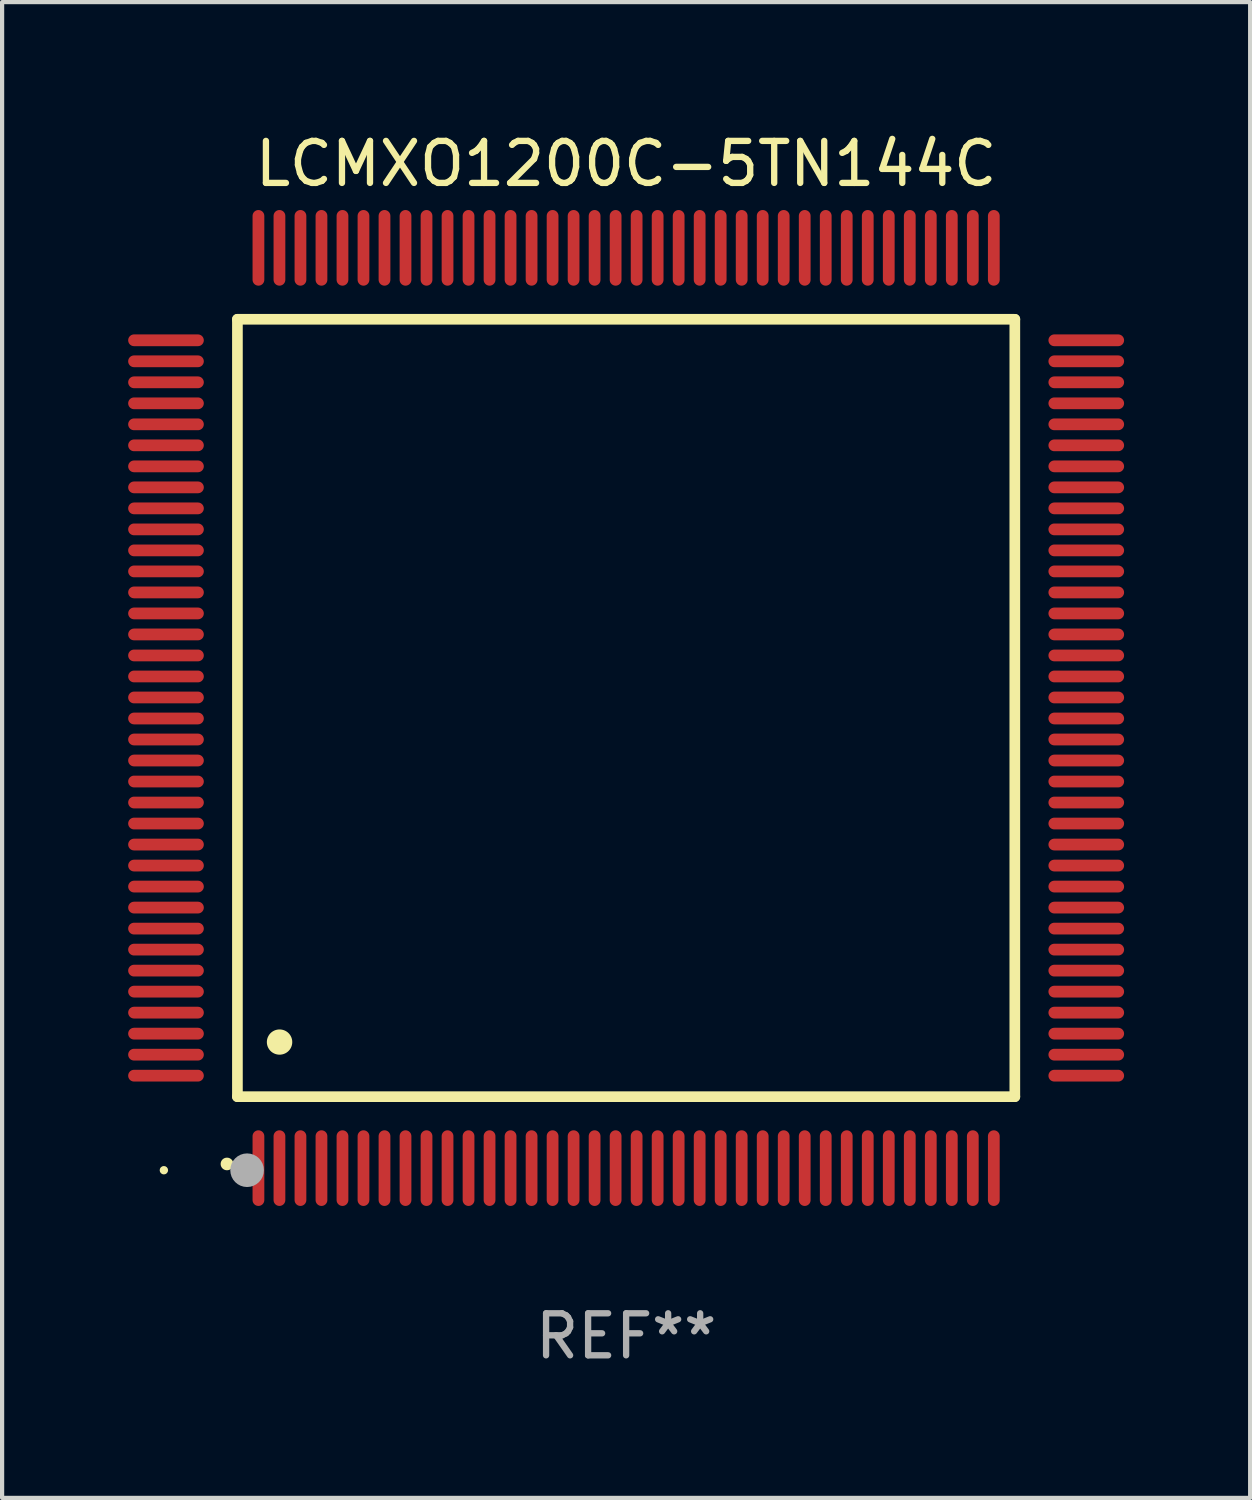
<source format=kicad_pcb>
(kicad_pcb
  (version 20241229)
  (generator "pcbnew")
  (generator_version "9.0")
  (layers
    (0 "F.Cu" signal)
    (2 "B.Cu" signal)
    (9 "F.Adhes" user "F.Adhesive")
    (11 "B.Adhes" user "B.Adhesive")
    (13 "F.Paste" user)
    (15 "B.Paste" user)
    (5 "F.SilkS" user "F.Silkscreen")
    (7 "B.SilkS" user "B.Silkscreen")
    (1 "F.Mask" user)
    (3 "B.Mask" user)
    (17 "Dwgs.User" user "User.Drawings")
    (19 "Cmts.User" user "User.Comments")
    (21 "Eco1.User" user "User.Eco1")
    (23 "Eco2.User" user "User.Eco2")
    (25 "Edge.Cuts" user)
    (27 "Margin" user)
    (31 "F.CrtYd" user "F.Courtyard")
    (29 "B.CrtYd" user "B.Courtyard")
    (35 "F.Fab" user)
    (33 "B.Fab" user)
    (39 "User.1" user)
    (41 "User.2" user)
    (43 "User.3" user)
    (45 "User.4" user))
  (footprint "LCMXO1200C-5TN144C"
    (layer "F.Cu")
    (at 11.85 13.798)
    (property "Reference" "LCMXO1200C-5TN144C" (at 0 -12.95 0) (layer "F.SilkS") (effects (font (size 1 1) (thickness 0.15))))
    (attr through_hole)
    (fp_line (start -9.25 -9.25) (end -9.25 9.25) (stroke (width 0.254) (type solid)) (layer "F.SilkS"))
    (fp_line (start -9.25 9.25) (end 9.25 9.25) (stroke (width 0.254) (type solid)) (layer "F.SilkS"))
    (fp_line (start 9.25 -9.25) (end -9.25 -9.25) (stroke (width 0.254) (type solid)) (layer "F.SilkS"))
    (fp_line (start 9.25 9.25) (end 9.25 -9.25) (stroke (width 0.254) (type solid)) (layer "F.SilkS"))
    (fp_arc (start -9.499619 10.850902) (mid -9.498349 10.850897) (end -9.497079 10.850902) (stroke (width 0.3) (type solid)) (layer "F.SilkS"))
    (fp_arc (start -8.249936 7.950216) (mid -8.247396 7.950205) (end -8.244856 7.950216) (stroke (width 0.6) (type solid)) (layer "F.SilkS"))
    (fp_circle (center -11 11) (end -10.95 11) (stroke (width 0.1) (type solid)) (fill no) (layer "F.SilkS"))
    (fp_circle (center -9.02 11) (end -8.82 11) (stroke (width 0.4) (type solid)) (fill no) (layer "F.Fab"))
    (fp_text user "REF**" (at 0 14.95 0) (layer "F.Fab") (effects (font (size 1 1) (thickness 0.15))))
    (pad "1" smd oval (at -8.75 10.95) (size 0.28 1.8) (layers "F.Cu" "F.Mask" "F.Paste"))
    (pad "2" smd oval (at -8.25 10.95) (size 0.28 1.8) (layers "F.Cu" "F.Mask" "F.Paste"))
    (pad "3" smd oval (at -7.75 10.95) (size 0.28 1.8) (layers "F.Cu" "F.Mask" "F.Paste"))
    (pad "4" smd oval (at -7.25 10.95) (size 0.28 1.8) (layers "F.Cu" "F.Mask" "F.Paste"))
    (pad "5" smd oval (at -6.75 10.95) (size 0.28 1.8) (layers "F.Cu" "F.Mask" "F.Paste"))
    (pad "6" smd oval (at -6.25 10.95) (size 0.28 1.8) (layers "F.Cu" "F.Mask" "F.Paste"))
    (pad "7" smd oval (at -5.75 10.95) (size 0.28 1.8) (layers "F.Cu" "F.Mask" "F.Paste"))
    (pad "8" smd oval (at -5.25 10.95) (size 0.28 1.8) (layers "F.Cu" "F.Mask" "F.Paste"))
    (pad "9" smd oval (at -4.75 10.95) (size 0.28 1.8) (layers "F.Cu" "F.Mask" "F.Paste"))
    (pad "10" smd oval (at -4.25 10.95) (size 0.28 1.8) (layers "F.Cu" "F.Mask" "F.Paste"))
    (pad "11" smd oval (at -3.75 10.95) (size 0.28 1.8) (layers "F.Cu" "F.Mask" "F.Paste"))
    (pad "12" smd oval (at -3.25 10.95) (size 0.28 1.8) (layers "F.Cu" "F.Mask" "F.Paste"))
    (pad "13" smd oval (at -2.75 10.95) (size 0.28 1.8) (layers "F.Cu" "F.Mask" "F.Paste"))
    (pad "14" smd oval (at -2.25 10.95) (size 0.28 1.8) (layers "F.Cu" "F.Mask" "F.Paste"))
    (pad "15" smd oval (at -1.75 10.95) (size 0.28 1.8) (layers "F.Cu" "F.Mask" "F.Paste"))
    (pad "16" smd oval (at -1.25 10.95) (size 0.28 1.8) (layers "F.Cu" "F.Mask" "F.Paste"))
    (pad "17" smd oval (at -0.75 10.95) (size 0.28 1.8) (layers "F.Cu" "F.Mask" "F.Paste"))
    (pad "18" smd oval (at -0.25 10.95) (size 0.28 1.8) (layers "F.Cu" "F.Mask" "F.Paste"))
    (pad "19" smd oval (at 0.25 10.95) (size 0.28 1.8) (layers "F.Cu" "F.Mask" "F.Paste"))
    (pad "20" smd oval (at 0.75 10.95) (size 0.28 1.8) (layers "F.Cu" "F.Mask" "F.Paste"))
    (pad "21" smd oval (at 1.25 10.95) (size 0.28 1.8) (layers "F.Cu" "F.Mask" "F.Paste"))
    (pad "22" smd oval (at 1.75 10.95) (size 0.28 1.8) (layers "F.Cu" "F.Mask" "F.Paste"))
    (pad "23" smd oval (at 2.25 10.95) (size 0.28 1.8) (layers "F.Cu" "F.Mask" "F.Paste"))
    (pad "24" smd oval (at 2.75 10.95) (size 0.28 1.8) (layers "F.Cu" "F.Mask" "F.Paste"))
    (pad "25" smd oval (at 3.25 10.95) (size 0.28 1.8) (layers "F.Cu" "F.Mask" "F.Paste"))
    (pad "26" smd oval (at 3.75 10.95) (size 0.28 1.8) (layers "F.Cu" "F.Mask" "F.Paste"))
    (pad "27" smd oval (at 4.25 10.95) (size 0.28 1.8) (layers "F.Cu" "F.Mask" "F.Paste"))
    (pad "28" smd oval (at 4.75 10.95) (size 0.28 1.8) (layers "F.Cu" "F.Mask" "F.Paste"))
    (pad "29" smd oval (at 5.25 10.95) (size 0.28 1.8) (layers "F.Cu" "F.Mask" "F.Paste"))
    (pad "30" smd oval (at 5.75 10.95) (size 0.28 1.8) (layers "F.Cu" "F.Mask" "F.Paste"))
    (pad "31" smd oval (at 6.25 10.95) (size 0.28 1.8) (layers "F.Cu" "F.Mask" "F.Paste"))
    (pad "32" smd oval (at 6.75 10.95) (size 0.28 1.8) (layers "F.Cu" "F.Mask" "F.Paste"))
    (pad "33" smd oval (at 7.25 10.95) (size 0.28 1.8) (layers "F.Cu" "F.Mask" "F.Paste"))
    (pad "34" smd oval (at 7.75 10.95) (size 0.28 1.8) (layers "F.Cu" "F.Mask" "F.Paste"))
    (pad "35" smd oval (at 8.25 10.95) (size 0.28 1.8) (layers "F.Cu" "F.Mask" "F.Paste"))
    (pad "36" smd oval (at 8.75 10.95) (size 0.28 1.8) (layers "F.Cu" "F.Mask" "F.Paste"))
    (pad "37" smd oval (at 10.95 8.75) (size 1.8 0.28) (layers "F.Cu" "F.Mask" "F.Paste"))
    (pad "38" smd oval (at 10.95 8.25) (size 1.8 0.28) (layers "F.Cu" "F.Mask" "F.Paste"))
    (pad "39" smd oval (at 10.95 7.75) (size 1.8 0.28) (layers "F.Cu" "F.Mask" "F.Paste"))
    (pad "40" smd oval (at 10.95 7.25) (size 1.8 0.28) (layers "F.Cu" "F.Mask" "F.Paste"))
    (pad "41" smd oval (at 10.95 6.75) (size 1.8 0.28) (layers "F.Cu" "F.Mask" "F.Paste"))
    (pad "42" smd oval (at 10.95 6.25) (size 1.8 0.28) (layers "F.Cu" "F.Mask" "F.Paste"))
    (pad "43" smd oval (at 10.95 5.75) (size 1.8 0.28) (layers "F.Cu" "F.Mask" "F.Paste"))
    (pad "44" smd oval (at 10.95 5.25) (size 1.8 0.28) (layers "F.Cu" "F.Mask" "F.Paste"))
    (pad "45" smd oval (at 10.95 4.75) (size 1.8 0.28) (layers "F.Cu" "F.Mask" "F.Paste"))
    (pad "46" smd oval (at 10.95 4.25) (size 1.8 0.28) (layers "F.Cu" "F.Mask" "F.Paste"))
    (pad "47" smd oval (at 10.95 3.75) (size 1.8 0.28) (layers "F.Cu" "F.Mask" "F.Paste"))
    (pad "48" smd oval (at 10.95 3.25) (size 1.8 0.28) (layers "F.Cu" "F.Mask" "F.Paste"))
    (pad "49" smd oval (at 10.95 2.75) (size 1.8 0.28) (layers "F.Cu" "F.Mask" "F.Paste"))
    (pad "50" smd oval (at 10.95 2.25) (size 1.8 0.28) (layers "F.Cu" "F.Mask" "F.Paste"))
    (pad "51" smd oval (at 10.95 1.75) (size 1.8 0.28) (layers "F.Cu" "F.Mask" "F.Paste"))
    (pad "52" smd oval (at 10.95 1.25) (size 1.8 0.28) (layers "F.Cu" "F.Mask" "F.Paste"))
    (pad "53" smd oval (at 10.95 0.75) (size 1.8 0.28) (layers "F.Cu" "F.Mask" "F.Paste"))
    (pad "54" smd oval (at 10.95 0.25) (size 1.8 0.28) (layers "F.Cu" "F.Mask" "F.Paste"))
    (pad "55" smd oval (at 10.95 -0.25) (size 1.8 0.28) (layers "F.Cu" "F.Mask" "F.Paste"))
    (pad "56" smd oval (at 10.95 -0.75) (size 1.8 0.28) (layers "F.Cu" "F.Mask" "F.Paste"))
    (pad "57" smd oval (at 10.95 -1.25) (size 1.8 0.28) (layers "F.Cu" "F.Mask" "F.Paste"))
    (pad "58" smd oval (at 10.95 -1.75) (size 1.8 0.28) (layers "F.Cu" "F.Mask" "F.Paste"))
    (pad "59" smd oval (at 10.95 -2.25) (size 1.8 0.28) (layers "F.Cu" "F.Mask" "F.Paste"))
    (pad "60" smd oval (at 10.95 -2.75) (size 1.8 0.28) (layers "F.Cu" "F.Mask" "F.Paste"))
    (pad "61" smd oval (at 10.95 -3.25) (size 1.8 0.28) (layers "F.Cu" "F.Mask" "F.Paste"))
    (pad "62" smd oval (at 10.95 -3.75) (size 1.8 0.28) (layers "F.Cu" "F.Mask" "F.Paste"))
    (pad "63" smd oval (at 10.95 -4.25) (size 1.8 0.28) (layers "F.Cu" "F.Mask" "F.Paste"))
    (pad "64" smd oval (at 10.95 -4.75) (size 1.8 0.28) (layers "F.Cu" "F.Mask" "F.Paste"))
    (pad "65" smd oval (at 10.95 -5.25) (size 1.8 0.28) (layers "F.Cu" "F.Mask" "F.Paste"))
    (pad "66" smd oval (at 10.95 -5.75) (size 1.8 0.28) (layers "F.Cu" "F.Mask" "F.Paste"))
    (pad "67" smd oval (at 10.95 -6.25) (size 1.8 0.28) (layers "F.Cu" "F.Mask" "F.Paste"))
    (pad "68" smd oval (at 10.95 -6.75) (size 1.8 0.28) (layers "F.Cu" "F.Mask" "F.Paste"))
    (pad "69" smd oval (at 10.95 -7.25) (size 1.8 0.28) (layers "F.Cu" "F.Mask" "F.Paste"))
    (pad "70" smd oval (at 10.95 -7.75) (size 1.8 0.28) (layers "F.Cu" "F.Mask" "F.Paste"))
    (pad "71" smd oval (at 10.95 -8.25) (size 1.8 0.28) (layers "F.Cu" "F.Mask" "F.Paste"))
    (pad "72" smd oval (at 10.95 -8.75) (size 1.8 0.28) (layers "F.Cu" "F.Mask" "F.Paste"))
    (pad "73" smd oval (at 8.75 -10.95) (size 0.28 1.8) (layers "F.Cu" "F.Mask" "F.Paste"))
    (pad "74" smd oval (at 8.25 -10.95) (size 0.28 1.8) (layers "F.Cu" "F.Mask" "F.Paste"))
    (pad "75" smd oval (at 7.75 -10.95) (size 0.28 1.8) (layers "F.Cu" "F.Mask" "F.Paste"))
    (pad "76" smd oval (at 7.25 -10.95) (size 0.28 1.8) (layers "F.Cu" "F.Mask" "F.Paste"))
    (pad "77" smd oval (at 6.75 -10.95) (size 0.28 1.8) (layers "F.Cu" "F.Mask" "F.Paste"))
    (pad "78" smd oval (at 6.25 -10.95) (size 0.28 1.8) (layers "F.Cu" "F.Mask" "F.Paste"))
    (pad "79" smd oval (at 5.75 -10.95) (size 0.28 1.8) (layers "F.Cu" "F.Mask" "F.Paste"))
    (pad "80" smd oval (at 5.25 -10.95) (size 0.28 1.8) (layers "F.Cu" "F.Mask" "F.Paste"))
    (pad "81" smd oval (at 4.75 -10.95) (size 0.28 1.8) (layers "F.Cu" "F.Mask" "F.Paste"))
    (pad "82" smd oval (at 4.25 -10.95) (size 0.28 1.8) (layers "F.Cu" "F.Mask" "F.Paste"))
    (pad "83" smd oval (at 3.75 -10.95) (size 0.28 1.8) (layers "F.Cu" "F.Mask" "F.Paste"))
    (pad "84" smd oval (at 3.25 -10.95) (size 0.28 1.8) (layers "F.Cu" "F.Mask" "F.Paste"))
    (pad "85" smd oval (at 2.75 -10.95) (size 0.28 1.8) (layers "F.Cu" "F.Mask" "F.Paste"))
    (pad "86" smd oval (at 2.25 -10.95) (size 0.28 1.8) (layers "F.Cu" "F.Mask" "F.Paste"))
    (pad "87" smd oval (at 1.75 -10.95) (size 0.28 1.8) (layers "F.Cu" "F.Mask" "F.Paste"))
    (pad "88" smd oval (at 1.25 -10.95) (size 0.28 1.8) (layers "F.Cu" "F.Mask" "F.Paste"))
    (pad "89" smd oval (at 0.75 -10.95) (size 0.28 1.8) (layers "F.Cu" "F.Mask" "F.Paste"))
    (pad "90" smd oval (at 0.25 -10.95) (size 0.28 1.8) (layers "F.Cu" "F.Mask" "F.Paste"))
    (pad "91" smd oval (at -0.25 -10.95) (size 0.28 1.8) (layers "F.Cu" "F.Mask" "F.Paste"))
    (pad "92" smd oval (at -0.75 -10.95) (size 0.28 1.8) (layers "F.Cu" "F.Mask" "F.Paste"))
    (pad "93" smd oval (at -1.25 -10.95) (size 0.28 1.8) (layers "F.Cu" "F.Mask" "F.Paste"))
    (pad "94" smd oval (at -1.75 -10.95) (size 0.28 1.8) (layers "F.Cu" "F.Mask" "F.Paste"))
    (pad "95" smd oval (at -2.25 -10.95) (size 0.28 1.8) (layers "F.Cu" "F.Mask" "F.Paste"))
    (pad "96" smd oval (at -2.75 -10.95) (size 0.28 1.8) (layers "F.Cu" "F.Mask" "F.Paste"))
    (pad "97" smd oval (at -3.25 -10.95) (size 0.28 1.8) (layers "F.Cu" "F.Mask" "F.Paste"))
    (pad "98" smd oval (at -3.75 -10.95) (size 0.28 1.8) (layers "F.Cu" "F.Mask" "F.Paste"))
    (pad "99" smd oval (at -4.25 -10.95) (size 0.28 1.8) (layers "F.Cu" "F.Mask" "F.Paste"))
    (pad "100" smd oval (at -4.75 -10.95) (size 0.28 1.8) (layers "F.Cu" "F.Mask" "F.Paste"))
    (pad "101" smd oval (at -5.25 -10.95) (size 0.28 1.8) (layers "F.Cu" "F.Mask" "F.Paste"))
    (pad "102" smd oval (at -5.75 -10.95) (size 0.28 1.8) (layers "F.Cu" "F.Mask" "F.Paste"))
    (pad "103" smd oval (at -6.25 -10.95) (size 0.28 1.8) (layers "F.Cu" "F.Mask" "F.Paste"))
    (pad "104" smd oval (at -6.75 -10.95) (size 0.28 1.8) (layers "F.Cu" "F.Mask" "F.Paste"))
    (pad "105" smd oval (at -7.25 -10.95) (size 0.28 1.8) (layers "F.Cu" "F.Mask" "F.Paste"))
    (pad "106" smd oval (at -7.75 -10.95) (size 0.28 1.8) (layers "F.Cu" "F.Mask" "F.Paste"))
    (pad "107" smd oval (at -8.25 -10.95) (size 0.28 1.8) (layers "F.Cu" "F.Mask" "F.Paste"))
    (pad "108" smd oval (at -8.75 -10.95) (size 0.28 1.8) (layers "F.Cu" "F.Mask" "F.Paste"))
    (pad "109" smd oval (at -10.95 -8.75) (size 1.8 0.28) (layers "F.Cu" "F.Mask" "F.Paste"))
    (pad "110" smd oval (at -10.95 -8.25) (size 1.8 0.28) (layers "F.Cu" "F.Mask" "F.Paste"))
    (pad "111" smd oval (at -10.95 -7.75) (size 1.8 0.28) (layers "F.Cu" "F.Mask" "F.Paste"))
    (pad "112" smd oval (at -10.95 -7.25) (size 1.8 0.28) (layers "F.Cu" "F.Mask" "F.Paste"))
    (pad "113" smd oval (at -10.95 -6.75) (size 1.8 0.28) (layers "F.Cu" "F.Mask" "F.Paste"))
    (pad "114" smd oval (at -10.95 -6.25) (size 1.8 0.28) (layers "F.Cu" "F.Mask" "F.Paste"))
    (pad "115" smd oval (at -10.95 -5.75) (size 1.8 0.28) (layers "F.Cu" "F.Mask" "F.Paste"))
    (pad "116" smd oval (at -10.95 -5.25) (size 1.8 0.28) (layers "F.Cu" "F.Mask" "F.Paste"))
    (pad "117" smd oval (at -10.95 -4.75) (size 1.8 0.28) (layers "F.Cu" "F.Mask" "F.Paste"))
    (pad "118" smd oval (at -10.95 -4.25) (size 1.8 0.28) (layers "F.Cu" "F.Mask" "F.Paste"))
    (pad "119" smd oval (at -10.95 -3.75) (size 1.8 0.28) (layers "F.Cu" "F.Mask" "F.Paste"))
    (pad "120" smd oval (at -10.95 -3.25) (size 1.8 0.28) (layers "F.Cu" "F.Mask" "F.Paste"))
    (pad "121" smd oval (at -10.95 -2.75) (size 1.8 0.28) (layers "F.Cu" "F.Mask" "F.Paste"))
    (pad "122" smd oval (at -10.95 -2.25) (size 1.8 0.28) (layers "F.Cu" "F.Mask" "F.Paste"))
    (pad "123" smd oval (at -10.95 -1.75) (size 1.8 0.28) (layers "F.Cu" "F.Mask" "F.Paste"))
    (pad "124" smd oval (at -10.95 -1.25) (size 1.8 0.28) (layers "F.Cu" "F.Mask" "F.Paste"))
    (pad "125" smd oval (at -10.95 -0.75) (size 1.8 0.28) (layers "F.Cu" "F.Mask" "F.Paste"))
    (pad "126" smd oval (at -10.95 -0.25) (size 1.8 0.28) (layers "F.Cu" "F.Mask" "F.Paste"))
    (pad "127" smd oval (at -10.95 0.25) (size 1.8 0.28) (layers "F.Cu" "F.Mask" "F.Paste"))
    (pad "128" smd oval (at -10.95 0.75) (size 1.8 0.28) (layers "F.Cu" "F.Mask" "F.Paste"))
    (pad "129" smd oval (at -10.95 1.25) (size 1.8 0.28) (layers "F.Cu" "F.Mask" "F.Paste"))
    (pad "130" smd oval (at -10.95 1.75) (size 1.8 0.28) (layers "F.Cu" "F.Mask" "F.Paste"))
    (pad "131" smd oval (at -10.95 2.25) (size 1.8 0.28) (layers "F.Cu" "F.Mask" "F.Paste"))
    (pad "132" smd oval (at -10.95 2.75) (size 1.8 0.28) (layers "F.Cu" "F.Mask" "F.Paste"))
    (pad "133" smd oval (at -10.95 3.25) (size 1.8 0.28) (layers "F.Cu" "F.Mask" "F.Paste"))
    (pad "134" smd oval (at -10.95 3.75) (size 1.8 0.28) (layers "F.Cu" "F.Mask" "F.Paste"))
    (pad "135" smd oval (at -10.95 4.25) (size 1.8 0.28) (layers "F.Cu" "F.Mask" "F.Paste"))
    (pad "136" smd oval (at -10.95 4.75) (size 1.8 0.28) (layers "F.Cu" "F.Mask" "F.Paste"))
    (pad "137" smd oval (at -10.95 5.25) (size 1.8 0.28) (layers "F.Cu" "F.Mask" "F.Paste"))
    (pad "138" smd oval (at -10.95 5.75) (size 1.8 0.28) (layers "F.Cu" "F.Mask" "F.Paste"))
    (pad "139" smd oval (at -10.95 6.25) (size 1.8 0.28) (layers "F.Cu" "F.Mask" "F.Paste"))
    (pad "140" smd oval (at -10.95 6.75) (size 1.8 0.28) (layers "F.Cu" "F.Mask" "F.Paste"))
    (pad "141" smd oval (at -10.95 7.25) (size 1.8 0.28) (layers "F.Cu" "F.Mask" "F.Paste"))
    (pad "142" smd oval (at -10.95 7.75) (size 1.8 0.28) (layers "F.Cu" "F.Mask" "F.Paste"))
    (pad "143" smd oval (at -10.95 8.25) (size 1.8 0.28) (layers "F.Cu" "F.Mask" "F.Paste"))
    (pad "144" smd oval (at -10.95 8.75) (size 1.8 0.28) (layers "F.Cu" "F.Mask" "F.Paste")))
  (gr_rect
    (start -3 -3)
    (end 26.7 32.596)
    (stroke (width 0.1) (type default))
    (fill no)
    (layer "Edge.Cuts")))
</source>
